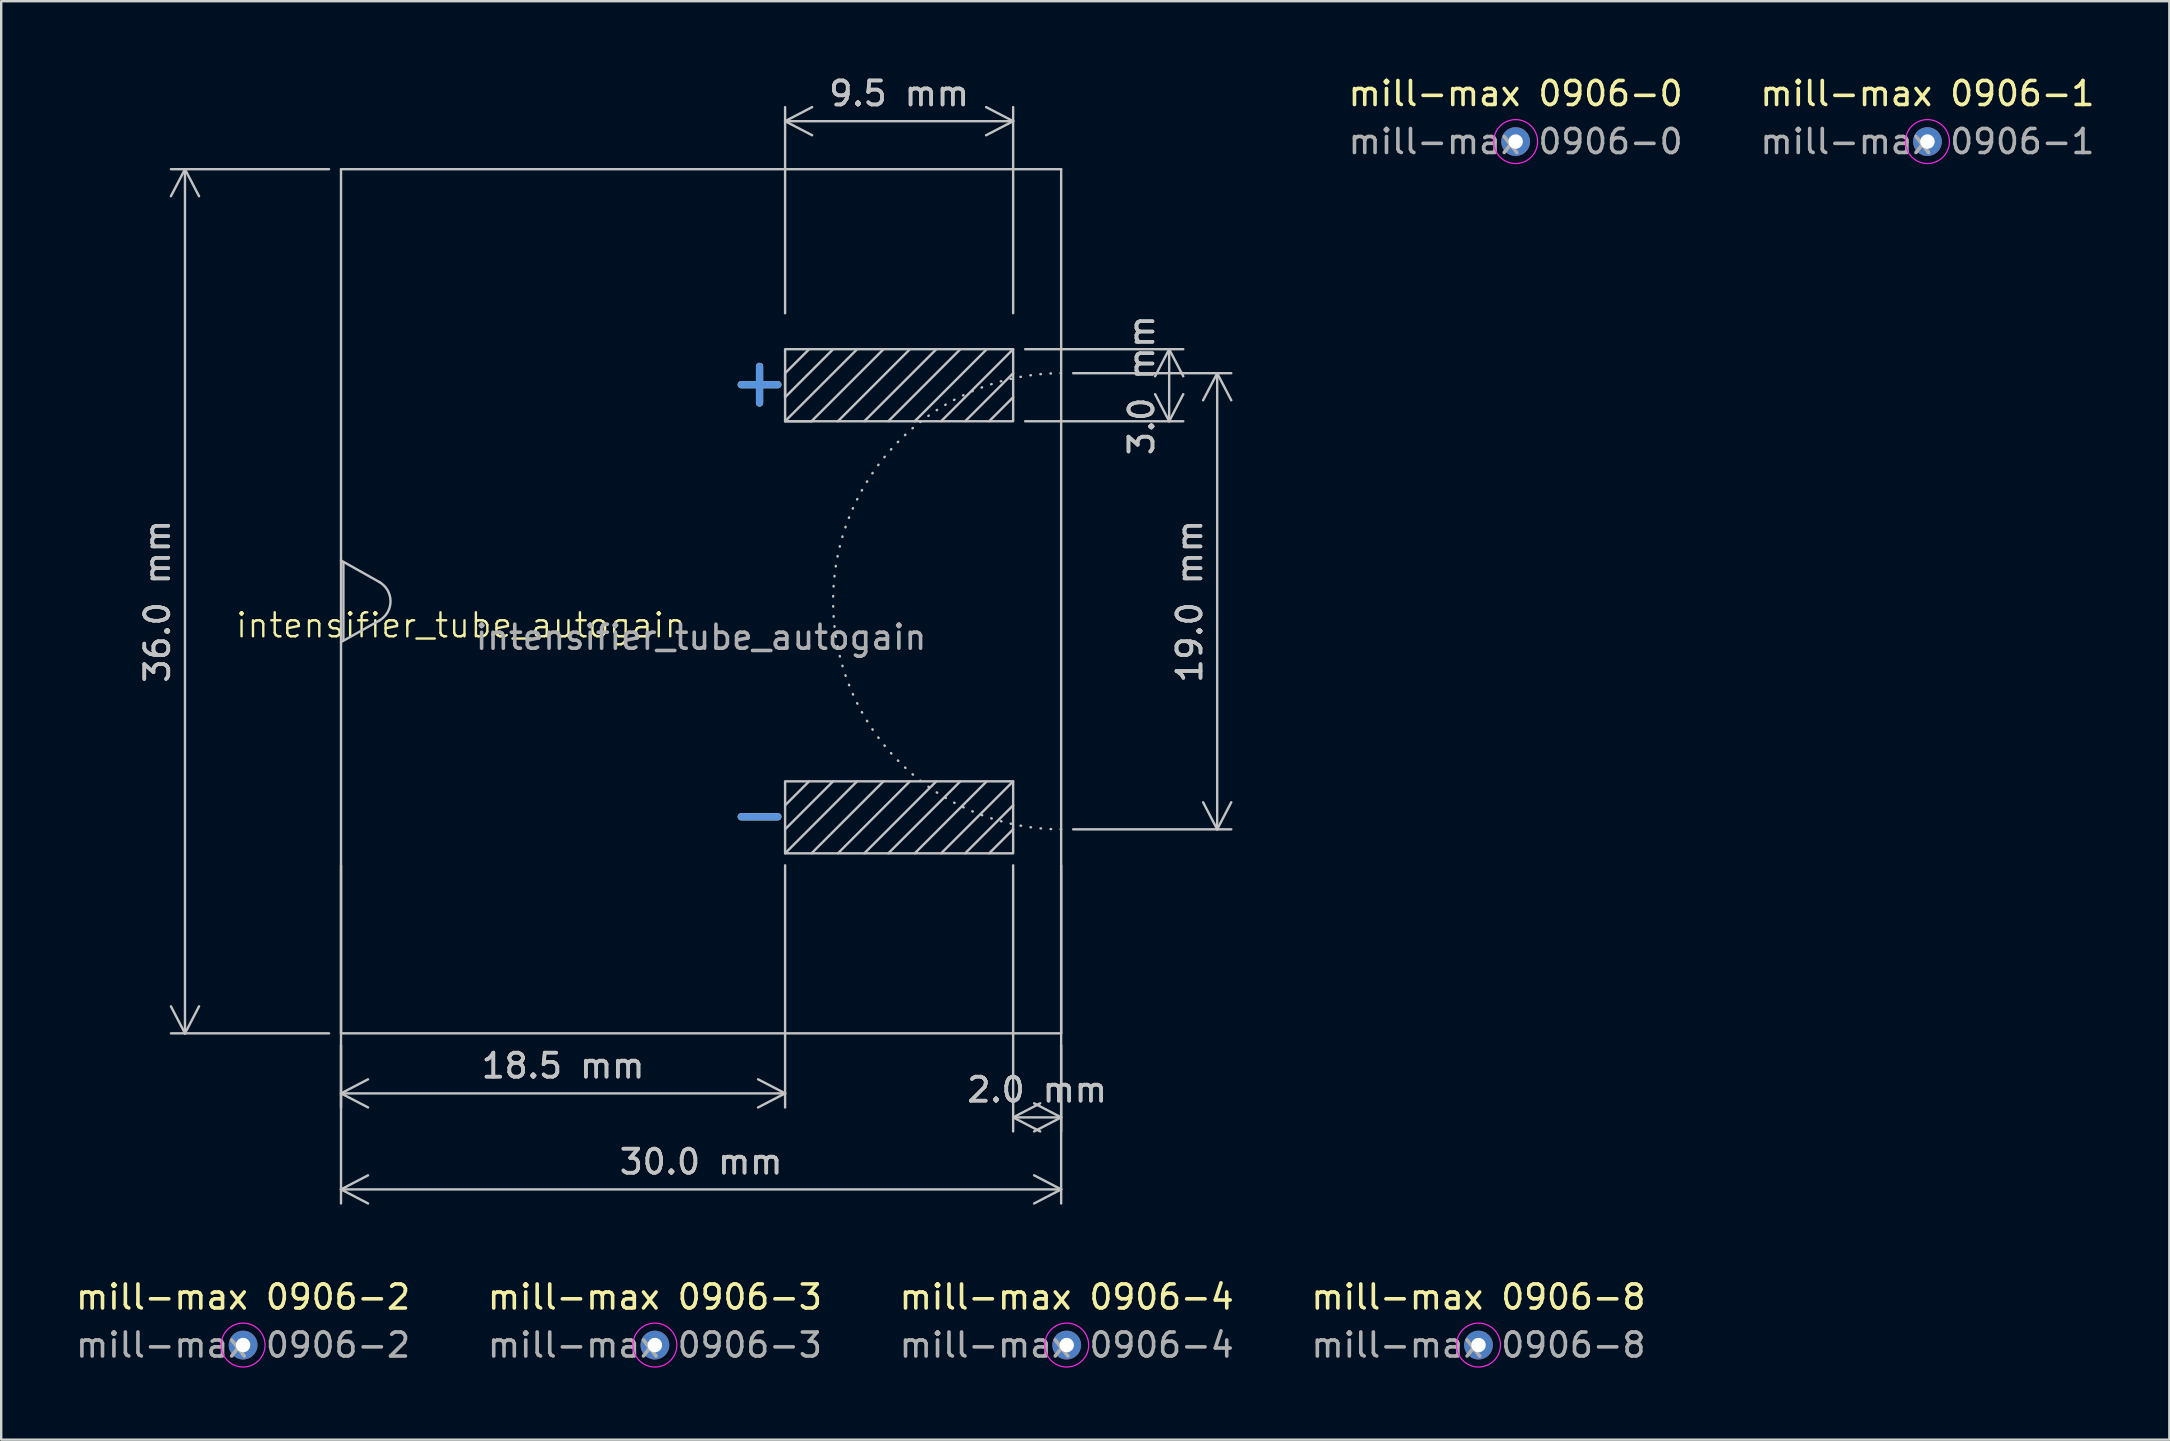
<source format=kicad_pcb>
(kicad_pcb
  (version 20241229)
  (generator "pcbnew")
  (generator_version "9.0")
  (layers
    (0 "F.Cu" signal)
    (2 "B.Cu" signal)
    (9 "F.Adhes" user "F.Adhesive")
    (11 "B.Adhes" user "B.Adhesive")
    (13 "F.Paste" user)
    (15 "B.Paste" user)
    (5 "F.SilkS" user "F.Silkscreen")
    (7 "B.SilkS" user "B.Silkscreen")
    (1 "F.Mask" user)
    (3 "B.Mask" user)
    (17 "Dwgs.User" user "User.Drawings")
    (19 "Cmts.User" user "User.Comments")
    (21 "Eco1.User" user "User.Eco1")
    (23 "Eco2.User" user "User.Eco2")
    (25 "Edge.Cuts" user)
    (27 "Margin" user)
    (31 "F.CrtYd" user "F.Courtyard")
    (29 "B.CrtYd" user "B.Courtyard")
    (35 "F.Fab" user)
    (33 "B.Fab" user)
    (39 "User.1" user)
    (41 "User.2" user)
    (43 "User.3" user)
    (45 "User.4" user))
  (footprint "mill-max 0906-3"
    (layer "F.Cu")
    (at 24.232 52.983)
    (property "Reference" "mill-max 0906-3" (at 0 -2 0) (unlocked yes) (layer "F.SilkS") (effects (font (size 1 1) (thickness 0.15))))
    (attr through_hole)
    (fp_circle (center 0 0) (end 0.915 0) (stroke (width 0.05) (type solid)) (fill no) (layer "F.CrtYd"))
    (fp_text user "${REFERENCE}" (at 0 0 0) (layer "F.Fab") (effects (font (size 1 1) (thickness 0.15))))
    (pad "1" thru_hole circle (at 0 0) (size 1.2 1.2) (drill 0.6) (layers "*.Cu" "*.Mask")))
  (footprint "mill-max 0906-1"
    (layer "F.Cu")
    (at 77.244 2.848)
    (property "Reference" "mill-max 0906-1" (at 0 -2 0) (unlocked yes) (layer "F.SilkS") (effects (font (size 1 1) (thickness 0.15))))
    (attr through_hole)
    (fp_circle (center 0 0) (end 0.915 0) (stroke (width 0.05) (type solid)) (fill no) (layer "F.CrtYd"))
    (fp_text user "${REFERENCE}" (at 0 0 0) (layer "F.Fab") (effects (font (size 1 1) (thickness 0.15))))
    (pad "1" thru_hole circle (at 0 0) (size 1.2 1.2) (drill 0.6) (layers "*.Cu" "*.Mask")))
  (footprint "mill-max 0906-4"
    (layer "F.Cu")
    (at 41.387 52.983)
    (property "Reference" "mill-max 0906-4" (at 0 -2 0) (unlocked yes) (layer "F.SilkS") (effects (font (size 1 1) (thickness 0.15))))
    (attr through_hole)
    (fp_circle (center 0 0) (end 0.915 0) (stroke (width 0.05) (type solid)) (fill no) (layer "F.CrtYd"))
    (fp_text user "${REFERENCE}" (at 0 0 0) (layer "F.Fab") (effects (font (size 1 1) (thickness 0.15))))
    (pad "1" thru_hole circle (at 0 0) (size 1.2 1.2) (drill 0.6) (layers "*.Cu" "*.Mask")))
  (footprint "mill-max 0906-2"
    (layer "F.Cu")
    (at 7.077 52.983)
    (property "Reference" "mill-max 0906-2" (at 0 -2 0) (unlocked yes) (layer "F.SilkS") (effects (font (size 1 1) (thickness 0.15))))
    (attr through_hole)
    (fp_circle (center 0 0) (end 0.915 0) (stroke (width 0.05) (type solid)) (fill no) (layer "F.CrtYd"))
    (fp_text user "${REFERENCE}" (at 0 0 0) (layer "F.Fab") (effects (font (size 1 1) (thickness 0.15))))
    (pad "1" thru_hole circle (at 0 0) (size 1.2 1.2) (drill 0.6) (layers "*.Cu" "*.Mask")))
  (footprint "mill-max 0906-8"
    (layer "F.Cu")
    (at 58.542 52.983)
    (property "Reference" "mill-max 0906-8" (at 0 -2 0) (unlocked yes) (layer "F.SilkS") (effects (font (size 1 1) (thickness 0.15))))
    (attr through_hole)
    (fp_circle (center 0 0) (end 0.915 0) (stroke (width 0.05) (type solid)) (fill no) (layer "F.CrtYd"))
    (fp_text user "${REFERENCE}" (at 0 0 0) (layer "F.Fab") (effects (font (size 1 1) (thickness 0.15))))
    (pad "1" thru_hole circle (at 0 0) (size 1.2 1.2) (drill 0.6) (layers "*.Cu" "*.Mask")))
  (footprint "intensifier_tube_autogain"
    (layer "F.Cu")
    (at 26.156 21.998)
    (property "Reference" "intensifier_tube_autogain" (at -10 1 0) (unlocked yes) (layer "F.SilkS") (effects (font (size 1 1) (thickness 0.1))))
    (attr exclude_from_pos_files exclude_from_bom allow_missing_courtyard)
    (fp_line (start -15 -18) (end 15 -18) (stroke (width 0.1) (type default)) (layer "Dwgs.User"))
    (fp_line (start -15 18) (end -15 -18) (stroke (width 0.1) (type default)) (layer "Dwgs.User"))
    (fp_line (start -14.9 -1.6) (end -14.9 1.6) (stroke (width 0.1) (type default)) (layer "Dwgs.User"))
    (fp_line (start -13.4 -0.8) (end -15 -1.7) (stroke (width 0.1) (type default)) (layer "Dwgs.User"))
    (fp_line (start -13.4 0.8) (end -15 1.7) (stroke (width 0.1) (type default)) (layer "Dwgs.User"))
    (fp_line (start 3.5 -9.5) (end 4.5 -10.5) (stroke (width 0.1) (type default)) (layer "Dwgs.User"))
    (fp_line (start 3.5 -8.5) (end 3.5 -9.5) (stroke (width 0.1) (type default)) (layer "Dwgs.User"))
    (fp_line (start 3.5 -7.5) (end 4.6 -7.5) (stroke (width 0.1) (type default)) (layer "Dwgs.User"))
    (fp_line (start 3.5 -7.5) (end 6.5 -10.5) (stroke (width 0.1) (type default)) (layer "Dwgs.User"))
    (fp_line (start 3.5 8.5) (end 4.5 7.5) (stroke (width 0.1) (type default)) (layer "Dwgs.User"))
    (fp_line (start 3.5 10.5) (end 6.5 7.5) (stroke (width 0.1) (type default)) (layer "Dwgs.User"))
    (fp_line (start 4.6 -7.5) (end 7.6 -10.5) (stroke (width 0.1) (type default)) (layer "Dwgs.User"))
    (fp_line (start 4.6 10.5) (end 7.6 7.5) (stroke (width 0.1) (type default)) (layer "Dwgs.User"))
    (fp_line (start 5.5 -10.5) (end 3.5 -8.5) (stroke (width 0.1) (type default)) (layer "Dwgs.User"))
    (fp_line (start 5.5 7.5) (end 3.5 9.5) (stroke (width 0.1) (type default)) (layer "Dwgs.User"))
    (fp_line (start 5.7 -7.5) (end 8.7 -10.5) (stroke (width 0.1) (type default)) (layer "Dwgs.User"))
    (fp_line (start 5.7 10.5) (end 8.7 7.5) (stroke (width 0.1) (type default)) (layer "Dwgs.User"))
    (fp_line (start 6.8 -7.5) (end 9.8 -10.5) (stroke (width 0.1) (type default)) (layer "Dwgs.User"))
    (fp_line (start 6.8 10.5) (end 9.8 7.5) (stroke (width 0.1) (type default)) (layer "Dwgs.User"))
    (fp_line (start 7.8 -7.5) (end 10.8 -10.5) (stroke (width 0.1) (type default)) (layer "Dwgs.User"))
    (fp_line (start 7.8 10.5) (end 10.8 7.5) (stroke (width 0.1) (type default)) (layer "Dwgs.User"))
    (fp_line (start 8.9 -7.5) (end 11.9 -10.5) (stroke (width 0.1) (type default)) (layer "Dwgs.User"))
    (fp_line (start 8.9 10.5) (end 11.9 7.5) (stroke (width 0.1) (type default)) (layer "Dwgs.User"))
    (fp_line (start 10 -7.5) (end 13 -10.5) (stroke (width 0.1) (type default)) (layer "Dwgs.User"))
    (fp_line (start 10 10.5) (end 13 7.5) (stroke (width 0.1) (type default)) (layer "Dwgs.User"))
    (fp_line (start 11 -7.5) (end 13 -9.5) (stroke (width 0.1) (type default)) (layer "Dwgs.User"))
    (fp_line (start 11 10.5) (end 13 8.5) (stroke (width 0.1) (type default)) (layer "Dwgs.User"))
    (fp_line (start 12 -7.5) (end 13 -8.5) (stroke (width 0.1) (type default)) (layer "Dwgs.User"))
    (fp_line (start 12 10.5) (end 13 9.5) (stroke (width 0.1) (type default)) (layer "Dwgs.User"))
    (fp_line (start 15 -18) (end 15 18) (stroke (width 0.1) (type default)) (layer "Dwgs.User"))
    (fp_line (start 15 18) (end -15 18) (stroke (width 0.1) (type default)) (layer "Dwgs.User"))
    (fp_rect (start 3.5 -7.5) (end 13 -10.5) (stroke (width 0.1) (type solid)) (fill no) (layer "Dwgs.User"))
    (fp_rect (start 3.5 10.5) (end 13 7.5) (stroke (width 0.1) (type solid)) (fill no) (layer "Dwgs.User"))
    (fp_arc (start -13.4 -0.8) (mid -12.93812 0) (end -13.4 0.8) (stroke (width 0.1) (type default)) (layer "Dwgs.User"))
    (fp_arc (start 15 9.5) (mid 5.5 0) (end 15 -9.5) (stroke (width 0.1) (type dot)) (layer "Dwgs.User"))
    (fp_text user "-" (at 1 10 0) (unlocked yes) (layer "F.SilkS") (effects (font (size 2 2) (thickness 0.3) (bold yes)) (justify left bottom)))
    (fp_text user "+" (at 1 -8 0) (unlocked yes) (layer "F.SilkS") (effects (font (size 2 2) (thickness 0.3) (bold yes)) (justify left bottom)))
    (fp_text user "+" (at 1 -8 0) (unlocked yes) (layer "Cmts.User") (effects (font (size 2 2) (thickness 0.3) (bold yes)) (justify left bottom)))
    (fp_text user "-" (at 1 10 0) (unlocked yes) (layer "Cmts.User") (effects (font (size 2 2) (thickness 0.3) (bold yes)) (justify left bottom)))
    (fp_text user "${REFERENCE}" (at 0 1.5 0) (unlocked yes) (layer "F.Fab") (effects (font (size 1 1) (thickness 0.15))))
    (dimension (type aligned) (layer "Dwgs.User") (pts (xy 11.156 3.998) (xy 11.156 39.998)) (height 6.5) (format (prefix "") (suffix "") (units 3) (units_format 1) (precision 1)) (style (thickness 0.1) (arrow_length 1.27) (text_position_mode 0) (arrow_direction outward) (extension_height 0.586) (extension_offset 0.5) (keep_text_aligned yes)) (gr_text "36.0 mm" (at 3.506 21.998 90) (layer "Dwgs.User") (effects (font (size 1 1) (thickness 0.15)))))
    (dimension (type aligned) (layer "Dwgs.User") (pts (xy 11.156 39.998) (xy 41.156 39.998)) (height 6.5) (format (prefix "") (suffix "") (units 3) (units_format 1) (precision 1)) (style (thickness 0.1) (arrow_length 1.27) (text_position_mode 0) (arrow_direction outward) (extension_height 0.586) (extension_offset 0.5) (keep_text_aligned yes)) (gr_text "30.0 mm" (at 26.156 45.348 0) (layer "Dwgs.User") (effects (font (size 1 1) (thickness 0.15)))))
    (dimension (type aligned) (layer "Dwgs.User") (pts (xy 29.656 10.498) (xy 39.156 10.498)) (height -8.5) (format (prefix "") (suffix "") (units 3) (units_format 1) (precision 1)) (style (thickness 0.1) (arrow_length 1.27) (text_position_mode 0) (arrow_direction outward) (extension_height 0.586) (extension_offset 0.5) (keep_text_aligned yes)) (gr_text "9.5 mm" (at 34.406 0.848 0) (layer "Dwgs.User") (effects (font (size 1 1) (thickness 0.15)))))
    (dimension (type aligned) (layer "Dwgs.User") (pts (xy 39.156 11.498) (xy 39.156 14.498)) (height -6.5) (format (prefix "") (suffix "") (units 3) (units_format 1) (precision 1)) (style (thickness 0.1) (arrow_length 1.27) (text_position_mode 0) (arrow_direction outward) (extension_height 0.586) (extension_offset 0.5) (keep_text_aligned yes)) (gr_text "3.0 mm" (at 44.506 12.998 90) (layer "Dwgs.User") (effects (font (size 1 1) (thickness 0.15)))))
    (dimension (type aligned) (layer "Dwgs.User") (pts (xy 39.156 32.498) (xy 41.156 32.498)) (height 11) (format (prefix "") (suffix "") (units 3) (units_format 1) (precision 1)) (style (thickness 0.1) (arrow_length 1.27) (text_position_mode 0) (arrow_direction outward) (extension_height 0.586) (extension_offset 0.5) (keep_text_aligned yes)) (gr_text "2.0 mm" (at 40.156 42.348 0) (layer "Dwgs.User") (effects (font (size 1 1) (thickness 0.15)))))
    (dimension (type aligned) (layer "Dwgs.User") (pts (xy 29.656 32.498) (xy 11.156 32.498)) (height -10) (format (prefix "") (suffix "") (units 3) (units_format 1) (precision 1)) (style (thickness 0.1) (arrow_length 1.27) (text_position_mode 0) (arrow_direction outward) (extension_height 0.586) (extension_offset 0.5) (keep_text_aligned yes)) (gr_text "18.5 mm" (at 20.406 41.348 0) (layer "Dwgs.User") (effects (font (size 1 1) (thickness 0.15)))))
    (dimension (type aligned) (layer "Dwgs.User") (pts (xy 41.156 12.498) (xy 41.156 31.498)) (height -6.5) (format (prefix "") (suffix "") (units 3) (units_format 1) (precision 1)) (style (thickness 0.1) (arrow_length 1.27) (text_position_mode 0) (arrow_direction outward) (extension_height 0.586) (extension_offset 0.5) (keep_text_aligned yes)) (gr_text "19.0 mm" (at 46.506 21.998 90) (layer "Dwgs.User") (effects (font (size 1 1) (thickness 0.15))))))
  (footprint "mill-max 0906-0"
    (layer "F.Cu")
    (at 60.089 2.848)
    (property "Reference" "mill-max 0906-0" (at 0 -2 0) (unlocked yes) (layer "F.SilkS") (effects (font (size 1 1) (thickness 0.15))))
    (attr through_hole)
    (fp_circle (center 0 0) (end 0.915 0) (stroke (width 0.05) (type solid)) (fill no) (layer "F.CrtYd"))
    (fp_text user "${REFERENCE}" (at 0 0 0) (layer "F.Fab") (effects (font (size 1 1) (thickness 0.15))))
    (pad "1" thru_hole circle (at 0 0) (size 1.2 1.2) (drill 0.6) (layers "*.Cu" "*.Mask")))
  (gr_rect
    (start -3 -3)
    (end 87.321 56.923)
    (stroke (width 0.1) (type default))
    (fill no)
    (layer "Edge.Cuts")))
</source>
